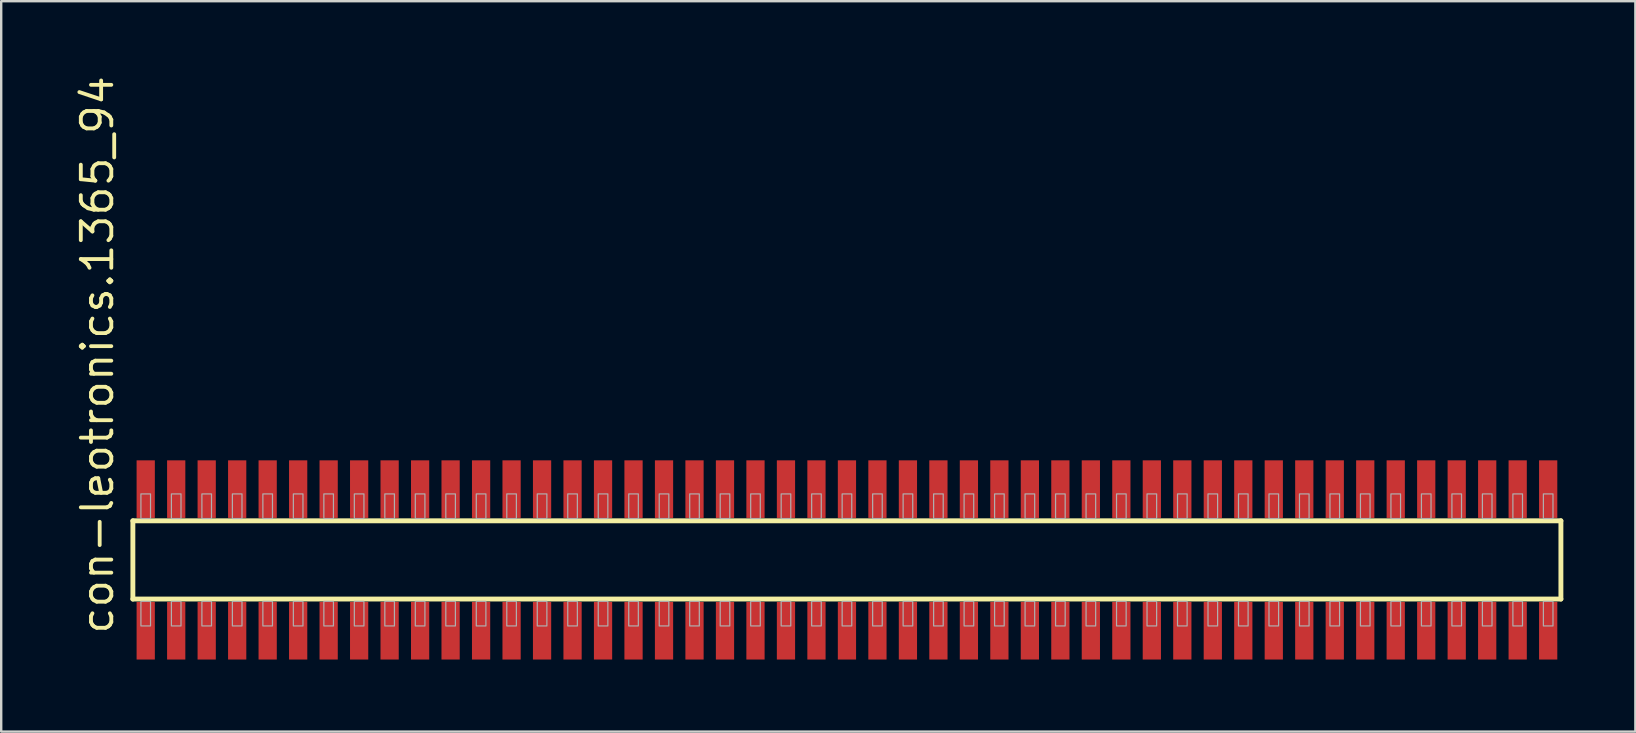
<source format=kicad_pcb>
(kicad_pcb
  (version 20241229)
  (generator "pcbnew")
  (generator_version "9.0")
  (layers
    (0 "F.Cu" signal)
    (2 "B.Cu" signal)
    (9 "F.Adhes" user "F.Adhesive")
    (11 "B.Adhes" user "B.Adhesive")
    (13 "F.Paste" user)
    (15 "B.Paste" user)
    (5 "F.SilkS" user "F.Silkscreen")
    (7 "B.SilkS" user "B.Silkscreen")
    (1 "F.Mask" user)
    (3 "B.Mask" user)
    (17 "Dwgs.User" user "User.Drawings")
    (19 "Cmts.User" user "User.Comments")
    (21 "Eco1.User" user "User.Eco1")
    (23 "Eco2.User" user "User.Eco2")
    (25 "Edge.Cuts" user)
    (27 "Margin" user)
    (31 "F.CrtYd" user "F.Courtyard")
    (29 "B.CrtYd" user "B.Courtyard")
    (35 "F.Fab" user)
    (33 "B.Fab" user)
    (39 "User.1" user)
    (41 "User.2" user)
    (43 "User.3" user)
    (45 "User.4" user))
  (footprint "con-leotronics.1365_94"
    (layer "F.Cu")
    (at 32.23 20.274)
    (property "Reference" "con-leotronics.1365_94" (at -30.48 3.175 90) (layer "F.SilkS") (effects (font (size 1.27 1.27) (thickness 0.16)) (justify left bottom)))
    (attr smd)
    (fp_line (start -29.745 -1.63) (end 29.74 -1.63) (stroke (width 0.203) (type default)) (layer "F.SilkS"))
    (fp_line (start -29.745 1.63) (end -29.745 -1.63) (stroke (width 0.203) (type default)) (layer "F.SilkS"))
    (fp_line (start 29.74 -1.63) (end 29.74 1.63) (stroke (width 0.203) (type default)) (layer "F.SilkS"))
    (fp_line (start 29.74 1.63) (end -29.745 1.63) (stroke (width 0.203) (type default)) (layer "F.SilkS"))
    (fp_rect (start -29.41 -1.725) (end -29.01 -2.75) (stroke (width 0.05) (type default)) (fill no) (layer "F.Fab"))
    (fp_rect (start -29.41 2.75) (end -29.01 1.725) (stroke (width 0.05) (type default)) (fill no) (layer "F.Fab"))
    (fp_rect (start -28.14 -1.725) (end -27.74 -2.75) (stroke (width 0.05) (type default)) (fill no) (layer "F.Fab"))
    (fp_rect (start -28.14 2.75) (end -27.74 1.725) (stroke (width 0.05) (type default)) (fill no) (layer "F.Fab"))
    (fp_rect (start -26.87 -1.725) (end -26.47 -2.75) (stroke (width 0.05) (type default)) (fill no) (layer "F.Fab"))
    (fp_rect (start -26.87 2.75) (end -26.47 1.725) (stroke (width 0.05) (type default)) (fill no) (layer "F.Fab"))
    (fp_rect (start -25.6 -1.725) (end -25.2 -2.75) (stroke (width 0.05) (type default)) (fill no) (layer "F.Fab"))
    (fp_rect (start -25.6 2.75) (end -25.2 1.725) (stroke (width 0.05) (type default)) (fill no) (layer "F.Fab"))
    (fp_rect (start -24.33 -1.725) (end -23.93 -2.75) (stroke (width 0.05) (type default)) (fill no) (layer "F.Fab"))
    (fp_rect (start -24.33 2.75) (end -23.93 1.725) (stroke (width 0.05) (type default)) (fill no) (layer "F.Fab"))
    (fp_rect (start -23.06 -1.725) (end -22.66 -2.75) (stroke (width 0.05) (type default)) (fill no) (layer "F.Fab"))
    (fp_rect (start -23.06 2.75) (end -22.66 1.725) (stroke (width 0.05) (type default)) (fill no) (layer "F.Fab"))
    (fp_rect (start -21.79 -1.725) (end -21.39 -2.75) (stroke (width 0.05) (type default)) (fill no) (layer "F.Fab"))
    (fp_rect (start -21.79 2.75) (end -21.39 1.725) (stroke (width 0.05) (type default)) (fill no) (layer "F.Fab"))
    (fp_rect (start -20.52 -1.725) (end -20.12 -2.75) (stroke (width 0.05) (type default)) (fill no) (layer "F.Fab"))
    (fp_rect (start -20.52 2.75) (end -20.12 1.725) (stroke (width 0.05) (type default)) (fill no) (layer "F.Fab"))
    (fp_rect (start -19.25 -1.725) (end -18.85 -2.75) (stroke (width 0.05) (type default)) (fill no) (layer "F.Fab"))
    (fp_rect (start -19.25 2.75) (end -18.85 1.725) (stroke (width 0.05) (type default)) (fill no) (layer "F.Fab"))
    (fp_rect (start -17.98 -1.725) (end -17.58 -2.75) (stroke (width 0.05) (type default)) (fill no) (layer "F.Fab"))
    (fp_rect (start -17.98 2.75) (end -17.58 1.725) (stroke (width 0.05) (type default)) (fill no) (layer "F.Fab"))
    (fp_rect (start -16.71 -1.725) (end -16.31 -2.75) (stroke (width 0.05) (type default)) (fill no) (layer "F.Fab"))
    (fp_rect (start -16.71 2.75) (end -16.31 1.725) (stroke (width 0.05) (type default)) (fill no) (layer "F.Fab"))
    (fp_rect (start -15.44 -1.725) (end -15.04 -2.75) (stroke (width 0.05) (type default)) (fill no) (layer "F.Fab"))
    (fp_rect (start -15.44 2.75) (end -15.04 1.725) (stroke (width 0.05) (type default)) (fill no) (layer "F.Fab"))
    (fp_rect (start -14.17 -1.725) (end -13.77 -2.75) (stroke (width 0.05) (type default)) (fill no) (layer "F.Fab"))
    (fp_rect (start -14.17 2.75) (end -13.77 1.725) (stroke (width 0.05) (type default)) (fill no) (layer "F.Fab"))
    (fp_rect (start -12.9 -1.725) (end -12.5 -2.75) (stroke (width 0.05) (type default)) (fill no) (layer "F.Fab"))
    (fp_rect (start -12.9 2.75) (end -12.5 1.725) (stroke (width 0.05) (type default)) (fill no) (layer "F.Fab"))
    (fp_rect (start -11.63 -1.725) (end -11.23 -2.75) (stroke (width 0.05) (type default)) (fill no) (layer "F.Fab"))
    (fp_rect (start -11.63 2.75) (end -11.23 1.725) (stroke (width 0.05) (type default)) (fill no) (layer "F.Fab"))
    (fp_rect (start -10.36 -1.725) (end -9.96 -2.75) (stroke (width 0.05) (type default)) (fill no) (layer "F.Fab"))
    (fp_rect (start -10.36 2.75) (end -9.96 1.725) (stroke (width 0.05) (type default)) (fill no) (layer "F.Fab"))
    (fp_rect (start -9.09 -1.725) (end -8.69 -2.75) (stroke (width 0.05) (type default)) (fill no) (layer "F.Fab"))
    (fp_rect (start -9.09 2.75) (end -8.69 1.725) (stroke (width 0.05) (type default)) (fill no) (layer "F.Fab"))
    (fp_rect (start -7.82 -1.725) (end -7.42 -2.75) (stroke (width 0.05) (type default)) (fill no) (layer "F.Fab"))
    (fp_rect (start -7.82 2.75) (end -7.42 1.725) (stroke (width 0.05) (type default)) (fill no) (layer "F.Fab"))
    (fp_rect (start -6.55 -1.725) (end -6.15 -2.75) (stroke (width 0.05) (type default)) (fill no) (layer "F.Fab"))
    (fp_rect (start -6.55 2.75) (end -6.15 1.725) (stroke (width 0.05) (type default)) (fill no) (layer "F.Fab"))
    (fp_rect (start -5.28 -1.725) (end -4.88 -2.75) (stroke (width 0.05) (type default)) (fill no) (layer "F.Fab"))
    (fp_rect (start -5.28 2.75) (end -4.88 1.725) (stroke (width 0.05) (type default)) (fill no) (layer "F.Fab"))
    (fp_rect (start -4.01 -1.725) (end -3.61 -2.75) (stroke (width 0.05) (type default)) (fill no) (layer "F.Fab"))
    (fp_rect (start -4.01 2.75) (end -3.61 1.725) (stroke (width 0.05) (type default)) (fill no) (layer "F.Fab"))
    (fp_rect (start -2.74 -1.725) (end -2.34 -2.75) (stroke (width 0.05) (type default)) (fill no) (layer "F.Fab"))
    (fp_rect (start -2.74 2.75) (end -2.34 1.725) (stroke (width 0.05) (type default)) (fill no) (layer "F.Fab"))
    (fp_rect (start -1.47 -1.725) (end -1.07 -2.75) (stroke (width 0.05) (type default)) (fill no) (layer "F.Fab"))
    (fp_rect (start -1.47 2.75) (end -1.07 1.725) (stroke (width 0.05) (type default)) (fill no) (layer "F.Fab"))
    (fp_rect (start -0.2 -1.725) (end 0.2 -2.75) (stroke (width 0.05) (type default)) (fill no) (layer "F.Fab"))
    (fp_rect (start -0.2 2.75) (end 0.2 1.725) (stroke (width 0.05) (type default)) (fill no) (layer "F.Fab"))
    (fp_rect (start 1.07 -1.725) (end 1.47 -2.75) (stroke (width 0.05) (type default)) (fill no) (layer "F.Fab"))
    (fp_rect (start 1.07 2.75) (end 1.47 1.725) (stroke (width 0.05) (type default)) (fill no) (layer "F.Fab"))
    (fp_rect (start 2.34 -1.725) (end 2.74 -2.75) (stroke (width 0.05) (type default)) (fill no) (layer "F.Fab"))
    (fp_rect (start 2.34 2.75) (end 2.74 1.725) (stroke (width 0.05) (type default)) (fill no) (layer "F.Fab"))
    (fp_rect (start 3.61 -1.725) (end 4.01 -2.75) (stroke (width 0.05) (type default)) (fill no) (layer "F.Fab"))
    (fp_rect (start 3.61 2.75) (end 4.01 1.725) (stroke (width 0.05) (type default)) (fill no) (layer "F.Fab"))
    (fp_rect (start 4.88 -1.725) (end 5.28 -2.75) (stroke (width 0.05) (type default)) (fill no) (layer "F.Fab"))
    (fp_rect (start 4.88 2.75) (end 5.28 1.725) (stroke (width 0.05) (type default)) (fill no) (layer "F.Fab"))
    (fp_rect (start 6.15 -1.725) (end 6.55 -2.75) (stroke (width 0.05) (type default)) (fill no) (layer "F.Fab"))
    (fp_rect (start 6.15 2.75) (end 6.55 1.725) (stroke (width 0.05) (type default)) (fill no) (layer "F.Fab"))
    (fp_rect (start 7.42 -1.725) (end 7.82 -2.75) (stroke (width 0.05) (type default)) (fill no) (layer "F.Fab"))
    (fp_rect (start 7.42 2.75) (end 7.82 1.725) (stroke (width 0.05) (type default)) (fill no) (layer "F.Fab"))
    (fp_rect (start 8.69 -1.725) (end 9.09 -2.75) (stroke (width 0.05) (type default)) (fill no) (layer "F.Fab"))
    (fp_rect (start 8.69 2.75) (end 9.09 1.725) (stroke (width 0.05) (type default)) (fill no) (layer "F.Fab"))
    (fp_rect (start 9.96 -1.725) (end 10.36 -2.75) (stroke (width 0.05) (type default)) (fill no) (layer "F.Fab"))
    (fp_rect (start 9.96 2.75) (end 10.36 1.725) (stroke (width 0.05) (type default)) (fill no) (layer "F.Fab"))
    (fp_rect (start 11.23 -1.725) (end 11.63 -2.75) (stroke (width 0.05) (type default)) (fill no) (layer "F.Fab"))
    (fp_rect (start 11.23 2.75) (end 11.63 1.725) (stroke (width 0.05) (type default)) (fill no) (layer "F.Fab"))
    (fp_rect (start 12.5 -1.725) (end 12.9 -2.75) (stroke (width 0.05) (type default)) (fill no) (layer "F.Fab"))
    (fp_rect (start 12.5 2.75) (end 12.9 1.725) (stroke (width 0.05) (type default)) (fill no) (layer "F.Fab"))
    (fp_rect (start 13.77 -1.725) (end 14.17 -2.75) (stroke (width 0.05) (type default)) (fill no) (layer "F.Fab"))
    (fp_rect (start 13.77 2.75) (end 14.17 1.725) (stroke (width 0.05) (type default)) (fill no) (layer "F.Fab"))
    (fp_rect (start 15.04 -1.725) (end 15.44 -2.75) (stroke (width 0.05) (type default)) (fill no) (layer "F.Fab"))
    (fp_rect (start 15.04 2.75) (end 15.44 1.725) (stroke (width 0.05) (type default)) (fill no) (layer "F.Fab"))
    (fp_rect (start 16.31 -1.725) (end 16.71 -2.75) (stroke (width 0.05) (type default)) (fill no) (layer "F.Fab"))
    (fp_rect (start 16.31 2.75) (end 16.71 1.725) (stroke (width 0.05) (type default)) (fill no) (layer "F.Fab"))
    (fp_rect (start 17.58 -1.725) (end 17.98 -2.75) (stroke (width 0.05) (type default)) (fill no) (layer "F.Fab"))
    (fp_rect (start 17.58 2.75) (end 17.98 1.725) (stroke (width 0.05) (type default)) (fill no) (layer "F.Fab"))
    (fp_rect (start 18.85 -1.725) (end 19.25 -2.75) (stroke (width 0.05) (type default)) (fill no) (layer "F.Fab"))
    (fp_rect (start 18.85 2.75) (end 19.25 1.725) (stroke (width 0.05) (type default)) (fill no) (layer "F.Fab"))
    (fp_rect (start 20.12 -1.725) (end 20.52 -2.75) (stroke (width 0.05) (type default)) (fill no) (layer "F.Fab"))
    (fp_rect (start 20.12 2.75) (end 20.52 1.725) (stroke (width 0.05) (type default)) (fill no) (layer "F.Fab"))
    (fp_rect (start 21.39 -1.725) (end 21.79 -2.75) (stroke (width 0.05) (type default)) (fill no) (layer "F.Fab"))
    (fp_rect (start 21.39 2.75) (end 21.79 1.725) (stroke (width 0.05) (type default)) (fill no) (layer "F.Fab"))
    (fp_rect (start 22.66 -1.725) (end 23.06 -2.75) (stroke (width 0.05) (type default)) (fill no) (layer "F.Fab"))
    (fp_rect (start 22.66 2.75) (end 23.06 1.725) (stroke (width 0.05) (type default)) (fill no) (layer "F.Fab"))
    (fp_rect (start 23.93 -1.725) (end 24.33 -2.75) (stroke (width 0.05) (type default)) (fill no) (layer "F.Fab"))
    (fp_rect (start 23.93 2.75) (end 24.33 1.725) (stroke (width 0.05) (type default)) (fill no) (layer "F.Fab"))
    (fp_rect (start 25.2 -1.725) (end 25.6 -2.75) (stroke (width 0.05) (type default)) (fill no) (layer "F.Fab"))
    (fp_rect (start 25.2 2.75) (end 25.6 1.725) (stroke (width 0.05) (type default)) (fill no) (layer "F.Fab"))
    (fp_rect (start 26.47 -1.725) (end 26.87 -2.75) (stroke (width 0.05) (type default)) (fill no) (layer "F.Fab"))
    (fp_rect (start 26.47 2.75) (end 26.87 1.725) (stroke (width 0.05) (type default)) (fill no) (layer "F.Fab"))
    (fp_rect (start 27.74 -1.725) (end 28.14 -2.75) (stroke (width 0.05) (type default)) (fill no) (layer "F.Fab"))
    (fp_rect (start 27.74 2.75) (end 28.14 1.725) (stroke (width 0.05) (type default)) (fill no) (layer "F.Fab"))
    (fp_rect (start 29.01 -1.725) (end 29.41 -2.75) (stroke (width 0.05) (type default)) (fill no) (layer "F.Fab"))
    (fp_rect (start 29.01 2.75) (end 29.41 1.725) (stroke (width 0.05) (type default)) (fill no) (layer "F.Fab"))
    (pad "1" smd roundrect (at -29.21 2.95) (size 0.76 2.4) (layers "F.Cu" "F.Mask" "F.Paste") (roundrect_rratio 0.01))
    (pad "2" smd roundrect (at -29.21 -2.95) (size 0.76 2.4) (layers "F.Cu" "F.Mask" "F.Paste") (roundrect_rratio 0.01))
    (pad "3" smd roundrect (at -27.94 2.95) (size 0.76 2.4) (layers "F.Cu" "F.Mask" "F.Paste") (roundrect_rratio 0.01))
    (pad "4" smd roundrect (at -27.94 -2.95) (size 0.76 2.4) (layers "F.Cu" "F.Mask" "F.Paste") (roundrect_rratio 0.01))
    (pad "5" smd roundrect (at -26.67 2.95) (size 0.76 2.4) (layers "F.Cu" "F.Mask" "F.Paste") (roundrect_rratio 0.01))
    (pad "6" smd roundrect (at -26.67 -2.95) (size 0.76 2.4) (layers "F.Cu" "F.Mask" "F.Paste") (roundrect_rratio 0.01))
    (pad "7" smd roundrect (at -25.4 2.95) (size 0.76 2.4) (layers "F.Cu" "F.Mask" "F.Paste") (roundrect_rratio 0.01))
    (pad "8" smd roundrect (at -25.4 -2.95) (size 0.76 2.4) (layers "F.Cu" "F.Mask" "F.Paste") (roundrect_rratio 0.01))
    (pad "9" smd roundrect (at -24.13 2.95) (size 0.76 2.4) (layers "F.Cu" "F.Mask" "F.Paste") (roundrect_rratio 0.01))
    (pad "10" smd roundrect (at -24.13 -2.95) (size 0.76 2.4) (layers "F.Cu" "F.Mask" "F.Paste") (roundrect_rratio 0.01))
    (pad "11" smd roundrect (at -22.86 2.95) (size 0.76 2.4) (layers "F.Cu" "F.Mask" "F.Paste") (roundrect_rratio 0.01))
    (pad "12" smd roundrect (at -22.86 -2.95) (size 0.76 2.4) (layers "F.Cu" "F.Mask" "F.Paste") (roundrect_rratio 0.01))
    (pad "13" smd roundrect (at -21.59 2.95) (size 0.76 2.4) (layers "F.Cu" "F.Mask" "F.Paste") (roundrect_rratio 0.01))
    (pad "14" smd roundrect (at -21.59 -2.95) (size 0.76 2.4) (layers "F.Cu" "F.Mask" "F.Paste") (roundrect_rratio 0.01))
    (pad "15" smd roundrect (at -20.32 2.95) (size 0.76 2.4) (layers "F.Cu" "F.Mask" "F.Paste") (roundrect_rratio 0.01))
    (pad "16" smd roundrect (at -20.32 -2.95) (size 0.76 2.4) (layers "F.Cu" "F.Mask" "F.Paste") (roundrect_rratio 0.01))
    (pad "17" smd roundrect (at -19.05 2.95) (size 0.76 2.4) (layers "F.Cu" "F.Mask" "F.Paste") (roundrect_rratio 0.01))
    (pad "18" smd roundrect (at -19.05 -2.95) (size 0.76 2.4) (layers "F.Cu" "F.Mask" "F.Paste") (roundrect_rratio 0.01))
    (pad "19" smd roundrect (at -17.78 2.95) (size 0.76 2.4) (layers "F.Cu" "F.Mask" "F.Paste") (roundrect_rratio 0.01))
    (pad "20" smd roundrect (at -17.78 -2.95) (size 0.76 2.4) (layers "F.Cu" "F.Mask" "F.Paste") (roundrect_rratio 0.01))
    (pad "21" smd roundrect (at -16.51 2.95) (size 0.76 2.4) (layers "F.Cu" "F.Mask" "F.Paste") (roundrect_rratio 0.01))
    (pad "22" smd roundrect (at -16.51 -2.95) (size 0.76 2.4) (layers "F.Cu" "F.Mask" "F.Paste") (roundrect_rratio 0.01))
    (pad "23" smd roundrect (at -15.24 2.95) (size 0.76 2.4) (layers "F.Cu" "F.Mask" "F.Paste") (roundrect_rratio 0.01))
    (pad "24" smd roundrect (at -15.24 -2.95) (size 0.76 2.4) (layers "F.Cu" "F.Mask" "F.Paste") (roundrect_rratio 0.01))
    (pad "25" smd roundrect (at -13.97 2.95) (size 0.76 2.4) (layers "F.Cu" "F.Mask" "F.Paste") (roundrect_rratio 0.01))
    (pad "26" smd roundrect (at -13.97 -2.95) (size 0.76 2.4) (layers "F.Cu" "F.Mask" "F.Paste") (roundrect_rratio 0.01))
    (pad "27" smd roundrect (at -12.7 2.95) (size 0.76 2.4) (layers "F.Cu" "F.Mask" "F.Paste") (roundrect_rratio 0.01))
    (pad "28" smd roundrect (at -12.7 -2.95) (size 0.76 2.4) (layers "F.Cu" "F.Mask" "F.Paste") (roundrect_rratio 0.01))
    (pad "29" smd roundrect (at -11.43 2.95) (size 0.76 2.4) (layers "F.Cu" "F.Mask" "F.Paste") (roundrect_rratio 0.01))
    (pad "30" smd roundrect (at -11.43 -2.95) (size 0.76 2.4) (layers "F.Cu" "F.Mask" "F.Paste") (roundrect_rratio 0.01))
    (pad "31" smd roundrect (at -10.16 2.95) (size 0.76 2.4) (layers "F.Cu" "F.Mask" "F.Paste") (roundrect_rratio 0.01))
    (pad "32" smd roundrect (at -10.16 -2.95) (size 0.76 2.4) (layers "F.Cu" "F.Mask" "F.Paste") (roundrect_rratio 0.01))
    (pad "33" smd roundrect (at -8.89 2.95) (size 0.76 2.4) (layers "F.Cu" "F.Mask" "F.Paste") (roundrect_rratio 0.01))
    (pad "34" smd roundrect (at -8.89 -2.95) (size 0.76 2.4) (layers "F.Cu" "F.Mask" "F.Paste") (roundrect_rratio 0.01))
    (pad "35" smd roundrect (at -7.62 2.95) (size 0.76 2.4) (layers "F.Cu" "F.Mask" "F.Paste") (roundrect_rratio 0.01))
    (pad "36" smd roundrect (at -7.62 -2.95) (size 0.76 2.4) (layers "F.Cu" "F.Mask" "F.Paste") (roundrect_rratio 0.01))
    (pad "37" smd roundrect (at -6.35 2.95) (size 0.76 2.4) (layers "F.Cu" "F.Mask" "F.Paste") (roundrect_rratio 0.01))
    (pad "38" smd roundrect (at -6.35 -2.95) (size 0.76 2.4) (layers "F.Cu" "F.Mask" "F.Paste") (roundrect_rratio 0.01))
    (pad "39" smd roundrect (at -5.08 2.95) (size 0.76 2.4) (layers "F.Cu" "F.Mask" "F.Paste") (roundrect_rratio 0.01))
    (pad "40" smd roundrect (at -5.08 -2.95) (size 0.76 2.4) (layers "F.Cu" "F.Mask" "F.Paste") (roundrect_rratio 0.01))
    (pad "41" smd roundrect (at -3.81 2.95) (size 0.76 2.4) (layers "F.Cu" "F.Mask" "F.Paste") (roundrect_rratio 0.01))
    (pad "42" smd roundrect (at -3.81 -2.95) (size 0.76 2.4) (layers "F.Cu" "F.Mask" "F.Paste") (roundrect_rratio 0.01))
    (pad "43" smd roundrect (at -2.54 2.95) (size 0.76 2.4) (layers "F.Cu" "F.Mask" "F.Paste") (roundrect_rratio 0.01))
    (pad "44" smd roundrect (at -2.54 -2.95) (size 0.76 2.4) (layers "F.Cu" "F.Mask" "F.Paste") (roundrect_rratio 0.01))
    (pad "45" smd roundrect (at -1.27 2.95) (size 0.76 2.4) (layers "F.Cu" "F.Mask" "F.Paste") (roundrect_rratio 0.01))
    (pad "46" smd roundrect (at -1.27 -2.95) (size 0.76 2.4) (layers "F.Cu" "F.Mask" "F.Paste") (roundrect_rratio 0.01))
    (pad "47" smd roundrect (at 0 2.95) (size 0.76 2.4) (layers "F.Cu" "F.Mask" "F.Paste") (roundrect_rratio 0.01))
    (pad "48" smd roundrect (at 0 -2.95) (size 0.76 2.4) (layers "F.Cu" "F.Mask" "F.Paste") (roundrect_rratio 0.01))
    (pad "49" smd roundrect (at 1.27 2.95) (size 0.76 2.4) (layers "F.Cu" "F.Mask" "F.Paste") (roundrect_rratio 0.01))
    (pad "50" smd roundrect (at 1.27 -2.95) (size 0.76 2.4) (layers "F.Cu" "F.Mask" "F.Paste") (roundrect_rratio 0.01))
    (pad "51" smd roundrect (at 2.54 2.95) (size 0.76 2.4) (layers "F.Cu" "F.Mask" "F.Paste") (roundrect_rratio 0.01))
    (pad "52" smd roundrect (at 2.54 -2.95) (size 0.76 2.4) (layers "F.Cu" "F.Mask" "F.Paste") (roundrect_rratio 0.01))
    (pad "53" smd roundrect (at 3.81 2.95) (size 0.76 2.4) (layers "F.Cu" "F.Mask" "F.Paste") (roundrect_rratio 0.01))
    (pad "54" smd roundrect (at 3.81 -2.95) (size 0.76 2.4) (layers "F.Cu" "F.Mask" "F.Paste") (roundrect_rratio 0.01))
    (pad "55" smd roundrect (at 5.08 2.95) (size 0.76 2.4) (layers "F.Cu" "F.Mask" "F.Paste") (roundrect_rratio 0.01))
    (pad "56" smd roundrect (at 5.08 -2.95) (size 0.76 2.4) (layers "F.Cu" "F.Mask" "F.Paste") (roundrect_rratio 0.01))
    (pad "57" smd roundrect (at 6.35 2.95) (size 0.76 2.4) (layers "F.Cu" "F.Mask" "F.Paste") (roundrect_rratio 0.01))
    (pad "58" smd roundrect (at 6.35 -2.95) (size 0.76 2.4) (layers "F.Cu" "F.Mask" "F.Paste") (roundrect_rratio 0.01))
    (pad "59" smd roundrect (at 7.62 2.95) (size 0.76 2.4) (layers "F.Cu" "F.Mask" "F.Paste") (roundrect_rratio 0.01))
    (pad "60" smd roundrect (at 7.62 -2.95) (size 0.76 2.4) (layers "F.Cu" "F.Mask" "F.Paste") (roundrect_rratio 0.01))
    (pad "61" smd roundrect (at 8.89 2.95) (size 0.76 2.4) (layers "F.Cu" "F.Mask" "F.Paste") (roundrect_rratio 0.01))
    (pad "62" smd roundrect (at 8.89 -2.95) (size 0.76 2.4) (layers "F.Cu" "F.Mask" "F.Paste") (roundrect_rratio 0.01))
    (pad "63" smd roundrect (at 10.16 2.95) (size 0.76 2.4) (layers "F.Cu" "F.Mask" "F.Paste") (roundrect_rratio 0.01))
    (pad "64" smd roundrect (at 10.16 -2.95) (size 0.76 2.4) (layers "F.Cu" "F.Mask" "F.Paste") (roundrect_rratio 0.01))
    (pad "65" smd roundrect (at 11.43 2.95) (size 0.76 2.4) (layers "F.Cu" "F.Mask" "F.Paste") (roundrect_rratio 0.01))
    (pad "66" smd roundrect (at 11.43 -2.95) (size 0.76 2.4) (layers "F.Cu" "F.Mask" "F.Paste") (roundrect_rratio 0.01))
    (pad "67" smd roundrect (at 12.7 2.95) (size 0.76 2.4) (layers "F.Cu" "F.Mask" "F.Paste") (roundrect_rratio 0.01))
    (pad "68" smd roundrect (at 12.7 -2.95) (size 0.76 2.4) (layers "F.Cu" "F.Mask" "F.Paste") (roundrect_rratio 0.01))
    (pad "69" smd roundrect (at 13.97 2.95) (size 0.76 2.4) (layers "F.Cu" "F.Mask" "F.Paste") (roundrect_rratio 0.01))
    (pad "70" smd roundrect (at 13.97 -2.95) (size 0.76 2.4) (layers "F.Cu" "F.Mask" "F.Paste") (roundrect_rratio 0.01))
    (pad "71" smd roundrect (at 15.24 2.95) (size 0.76 2.4) (layers "F.Cu" "F.Mask" "F.Paste") (roundrect_rratio 0.01))
    (pad "72" smd roundrect (at 15.24 -2.95) (size 0.76 2.4) (layers "F.Cu" "F.Mask" "F.Paste") (roundrect_rratio 0.01))
    (pad "73" smd roundrect (at 16.51 2.95) (size 0.76 2.4) (layers "F.Cu" "F.Mask" "F.Paste") (roundrect_rratio 0.01))
    (pad "74" smd roundrect (at 16.51 -2.95) (size 0.76 2.4) (layers "F.Cu" "F.Mask" "F.Paste") (roundrect_rratio 0.01))
    (pad "75" smd roundrect (at 17.78 2.95) (size 0.76 2.4) (layers "F.Cu" "F.Mask" "F.Paste") (roundrect_rratio 0.01))
    (pad "76" smd roundrect (at 17.78 -2.95) (size 0.76 2.4) (layers "F.Cu" "F.Mask" "F.Paste") (roundrect_rratio 0.01))
    (pad "77" smd roundrect (at 19.05 2.95) (size 0.76 2.4) (layers "F.Cu" "F.Mask" "F.Paste") (roundrect_rratio 0.01))
    (pad "78" smd roundrect (at 19.05 -2.95) (size 0.76 2.4) (layers "F.Cu" "F.Mask" "F.Paste") (roundrect_rratio 0.01))
    (pad "79" smd roundrect (at 20.32 2.95) (size 0.76 2.4) (layers "F.Cu" "F.Mask" "F.Paste") (roundrect_rratio 0.01))
    (pad "80" smd roundrect (at 20.32 -2.95) (size 0.76 2.4) (layers "F.Cu" "F.Mask" "F.Paste") (roundrect_rratio 0.01))
    (pad "81" smd roundrect (at 21.59 2.95) (size 0.76 2.4) (layers "F.Cu" "F.Mask" "F.Paste") (roundrect_rratio 0.01))
    (pad "82" smd roundrect (at 21.59 -2.95) (size 0.76 2.4) (layers "F.Cu" "F.Mask" "F.Paste") (roundrect_rratio 0.01))
    (pad "83" smd roundrect (at 22.86 2.95) (size 0.76 2.4) (layers "F.Cu" "F.Mask" "F.Paste") (roundrect_rratio 0.01))
    (pad "84" smd roundrect (at 22.86 -2.95) (size 0.76 2.4) (layers "F.Cu" "F.Mask" "F.Paste") (roundrect_rratio 0.01))
    (pad "85" smd roundrect (at 24.13 2.95) (size 0.76 2.4) (layers "F.Cu" "F.Mask" "F.Paste") (roundrect_rratio 0.01))
    (pad "86" smd roundrect (at 24.13 -2.95) (size 0.76 2.4) (layers "F.Cu" "F.Mask" "F.Paste") (roundrect_rratio 0.01))
    (pad "87" smd roundrect (at 25.4 2.95) (size 0.76 2.4) (layers "F.Cu" "F.Mask" "F.Paste") (roundrect_rratio 0.01))
    (pad "88" smd roundrect (at 25.4 -2.95) (size 0.76 2.4) (layers "F.Cu" "F.Mask" "F.Paste") (roundrect_rratio 0.01))
    (pad "89" smd roundrect (at 26.67 2.95) (size 0.76 2.4) (layers "F.Cu" "F.Mask" "F.Paste") (roundrect_rratio 0.01))
    (pad "90" smd roundrect (at 26.67 -2.95) (size 0.76 2.4) (layers "F.Cu" "F.Mask" "F.Paste") (roundrect_rratio 0.01))
    (pad "91" smd roundrect (at 27.94 2.95) (size 0.76 2.4) (layers "F.Cu" "F.Mask" "F.Paste") (roundrect_rratio 0.01))
    (pad "92" smd roundrect (at 27.94 -2.95) (size 0.76 2.4) (layers "F.Cu" "F.Mask" "F.Paste") (roundrect_rratio 0.01))
    (pad "93" smd roundrect (at 29.21 2.95) (size 0.76 2.4) (layers "F.Cu" "F.Mask" "F.Paste") (roundrect_rratio 0.01))
    (pad "94" smd roundrect (at 29.21 -2.95) (size 0.76 2.4) (layers "F.Cu" "F.Mask" "F.Paste") (roundrect_rratio 0.01)))
  (gr_rect
    (start -3 -3)
    (end 65.072 27.424)
    (stroke (width 0.1) (type default))
    (fill no)
    (layer "Edge.Cuts")))
</source>
